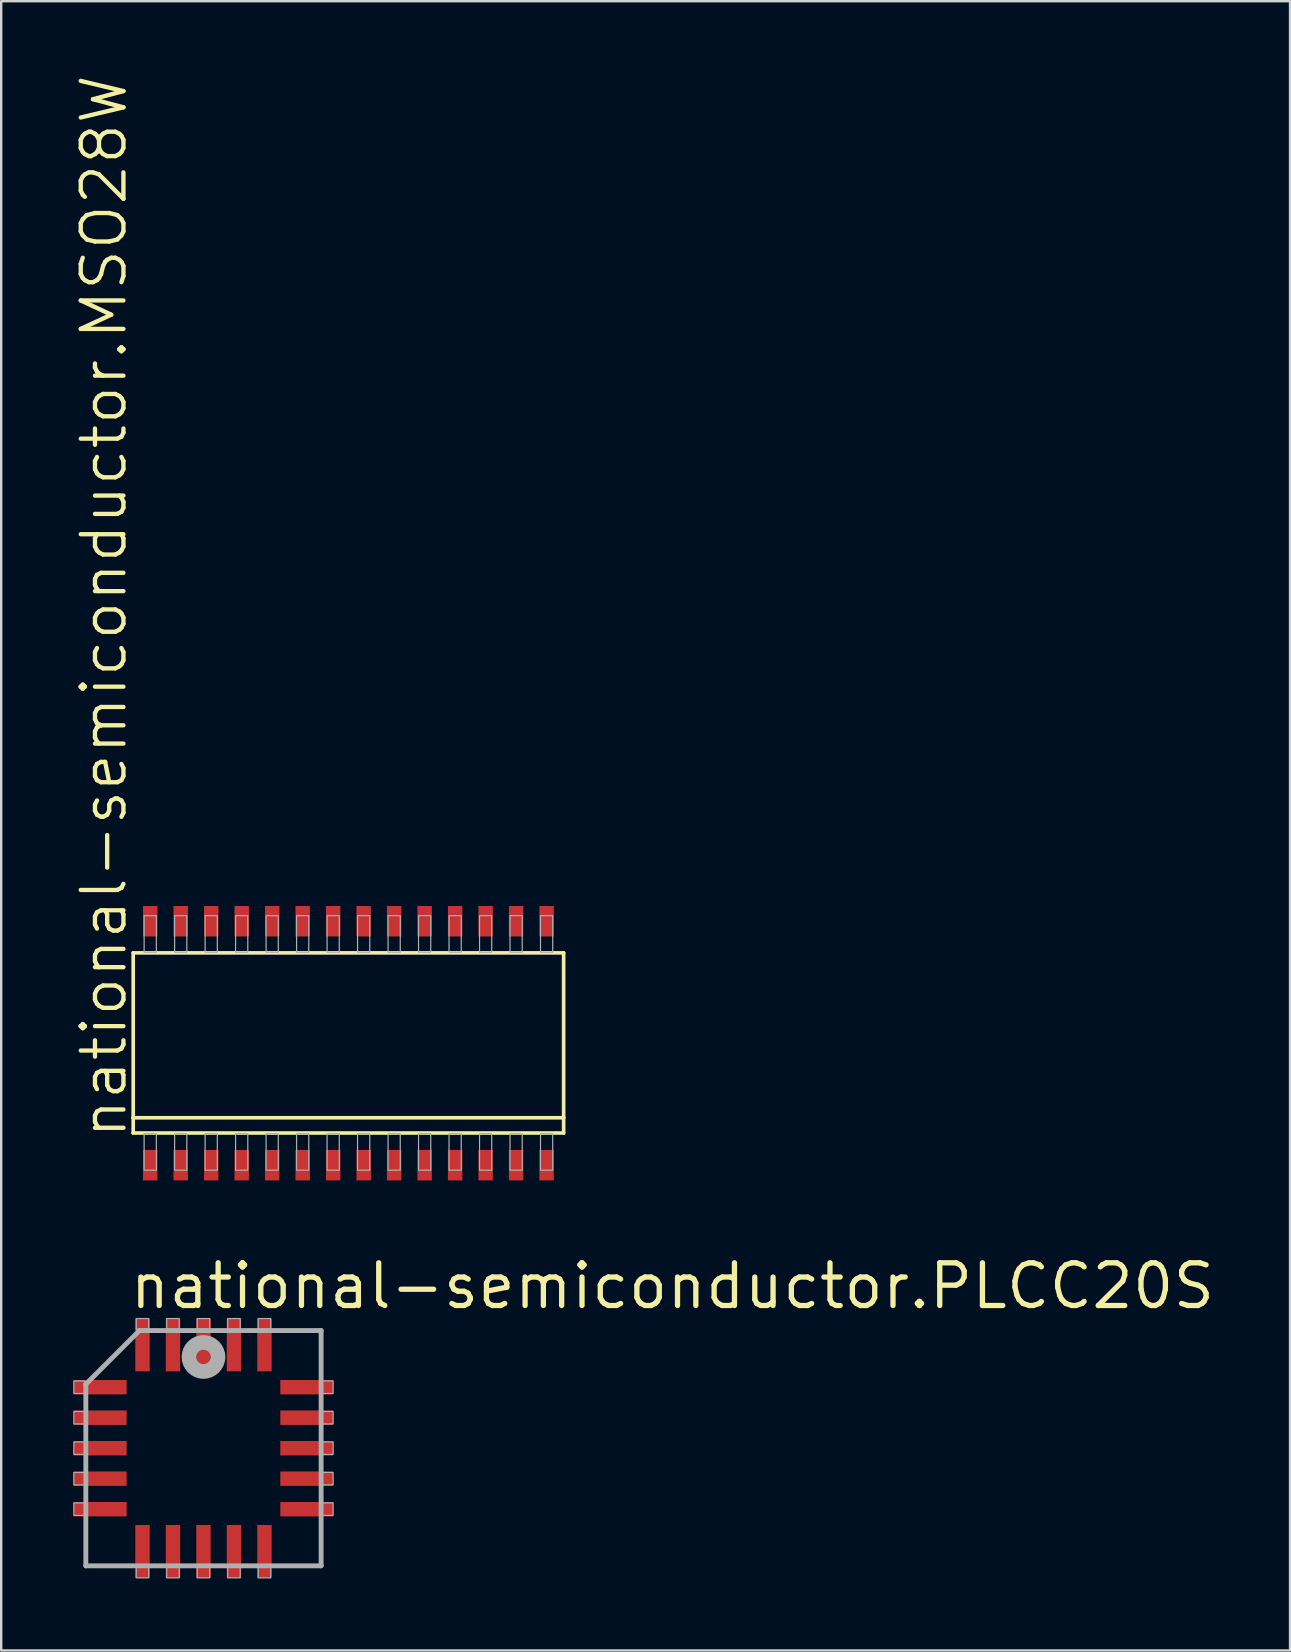
<source format=kicad_pcb>
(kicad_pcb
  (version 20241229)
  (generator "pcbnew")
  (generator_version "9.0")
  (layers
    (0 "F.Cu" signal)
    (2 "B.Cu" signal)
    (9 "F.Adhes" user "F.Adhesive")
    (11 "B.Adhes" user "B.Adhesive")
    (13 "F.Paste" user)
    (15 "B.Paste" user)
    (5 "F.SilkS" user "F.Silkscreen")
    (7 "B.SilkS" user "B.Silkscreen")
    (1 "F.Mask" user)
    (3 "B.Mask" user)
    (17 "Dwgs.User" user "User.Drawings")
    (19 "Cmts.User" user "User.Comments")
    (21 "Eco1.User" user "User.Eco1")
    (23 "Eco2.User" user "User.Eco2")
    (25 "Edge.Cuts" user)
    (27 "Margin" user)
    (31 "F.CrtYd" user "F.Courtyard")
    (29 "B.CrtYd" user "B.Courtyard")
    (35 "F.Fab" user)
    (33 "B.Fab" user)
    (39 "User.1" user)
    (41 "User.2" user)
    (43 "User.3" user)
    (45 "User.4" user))
  (footprint "national-semiconductor.MSO28W"
    (layer "F.Cu")
    (at 11.462 40.401)
    (property "Reference" "national-semiconductor.MSO28W" (at -9.144 4.064 90) (layer "F.SilkS") (effects (font (size 1.778 1.778) (thickness 0.18)) (justify left bottom)))
    (attr smd)
    (fp_line (start -8.964 -3.763) (end -8.964 3.105) (stroke (width 0.152) (type default)) (layer "F.SilkS"))
    (fp_line (start -8.964 3.105) (end -8.964 3.74) (stroke (width 0.152) (type default)) (layer "F.SilkS"))
    (fp_line (start -8.964 3.105) (end 8.964 3.105) (stroke (width 0.152) (type default)) (layer "F.SilkS"))
    (fp_line (start -8.964 3.74) (end 8.964 3.74) (stroke (width 0.152) (type default)) (layer "F.SilkS"))
    (fp_line (start 8.964 -3.763) (end -8.964 -3.763) (stroke (width 0.152) (type default)) (layer "F.SilkS"))
    (fp_line (start 8.964 3.105) (end 8.964 -3.763) (stroke (width 0.152) (type default)) (layer "F.SilkS"))
    (fp_line (start 8.964 3.74) (end 8.964 3.105) (stroke (width 0.152) (type default)) (layer "F.SilkS"))
    (fp_rect (start -8.509 -3.789) (end -8.001 -5.313) (stroke (width 0.05) (type default)) (fill no) (layer "F.Fab"))
    (fp_rect (start -8.509 5.29) (end -8.001 3.766) (stroke (width 0.05) (type default)) (fill no) (layer "F.Fab"))
    (fp_rect (start -7.239 -3.789) (end -6.731 -5.313) (stroke (width 0.05) (type default)) (fill no) (layer "F.Fab"))
    (fp_rect (start -7.239 5.29) (end -6.731 3.766) (stroke (width 0.05) (type default)) (fill no) (layer "F.Fab"))
    (fp_rect (start -5.969 -3.789) (end -5.461 -5.313) (stroke (width 0.05) (type default)) (fill no) (layer "F.Fab"))
    (fp_rect (start -5.969 5.29) (end -5.461 3.766) (stroke (width 0.05) (type default)) (fill no) (layer "F.Fab"))
    (fp_rect (start -4.699 -3.789) (end -4.191 -5.313) (stroke (width 0.05) (type default)) (fill no) (layer "F.Fab"))
    (fp_rect (start -4.699 5.29) (end -4.191 3.766) (stroke (width 0.05) (type default)) (fill no) (layer "F.Fab"))
    (fp_rect (start -3.429 -3.789) (end -2.921 -5.313) (stroke (width 0.05) (type default)) (fill no) (layer "F.Fab"))
    (fp_rect (start -3.429 5.29) (end -2.921 3.766) (stroke (width 0.05) (type default)) (fill no) (layer "F.Fab"))
    (fp_rect (start -2.159 -3.789) (end -1.651 -5.313) (stroke (width 0.05) (type default)) (fill no) (layer "F.Fab"))
    (fp_rect (start -2.159 5.29) (end -1.651 3.766) (stroke (width 0.05) (type default)) (fill no) (layer "F.Fab"))
    (fp_rect (start -0.889 -3.789) (end -0.381 -5.313) (stroke (width 0.05) (type default)) (fill no) (layer "F.Fab"))
    (fp_rect (start -0.889 5.29) (end -0.381 3.766) (stroke (width 0.05) (type default)) (fill no) (layer "F.Fab"))
    (fp_rect (start 0.381 -3.789) (end 0.889 -5.313) (stroke (width 0.05) (type default)) (fill no) (layer "F.Fab"))
    (fp_rect (start 0.381 5.29) (end 0.889 3.766) (stroke (width 0.05) (type default)) (fill no) (layer "F.Fab"))
    (fp_rect (start 1.651 -3.789) (end 2.159 -5.313) (stroke (width 0.05) (type default)) (fill no) (layer "F.Fab"))
    (fp_rect (start 1.651 5.29) (end 2.159 3.766) (stroke (width 0.05) (type default)) (fill no) (layer "F.Fab"))
    (fp_rect (start 2.921 -3.789) (end 3.429 -5.313) (stroke (width 0.05) (type default)) (fill no) (layer "F.Fab"))
    (fp_rect (start 2.921 5.29) (end 3.429 3.766) (stroke (width 0.05) (type default)) (fill no) (layer "F.Fab"))
    (fp_rect (start 4.191 -3.789) (end 4.699 -5.313) (stroke (width 0.05) (type default)) (fill no) (layer "F.Fab"))
    (fp_rect (start 4.191 5.29) (end 4.699 3.766) (stroke (width 0.05) (type default)) (fill no) (layer "F.Fab"))
    (fp_rect (start 5.461 -3.789) (end 5.969 -5.313) (stroke (width 0.05) (type default)) (fill no) (layer "F.Fab"))
    (fp_rect (start 5.461 5.29) (end 5.969 3.766) (stroke (width 0.05) (type default)) (fill no) (layer "F.Fab"))
    (fp_rect (start 6.731 -3.789) (end 7.239 -5.313) (stroke (width 0.05) (type default)) (fill no) (layer "F.Fab"))
    (fp_rect (start 6.731 5.29) (end 7.239 3.766) (stroke (width 0.05) (type default)) (fill no) (layer "F.Fab"))
    (fp_rect (start 8.001 -3.789) (end 8.509 -5.313) (stroke (width 0.05) (type default)) (fill no) (layer "F.Fab"))
    (fp_rect (start 8.001 5.29) (end 8.509 3.766) (stroke (width 0.05) (type default)) (fill no) (layer "F.Fab"))
    (pad "1" smd roundrect (at -8.255 5.08) (size 0.6 1.27) (layers "F.Cu" "F.Mask" "F.Paste") (roundrect_rratio 0.01))
    (pad "2" smd roundrect (at -6.985 5.08) (size 0.6 1.27) (layers "F.Cu" "F.Mask" "F.Paste") (roundrect_rratio 0.01))
    (pad "3" smd roundrect (at -5.715 5.08) (size 0.6 1.27) (layers "F.Cu" "F.Mask" "F.Paste") (roundrect_rratio 0.01))
    (pad "4" smd roundrect (at -4.445 5.08) (size 0.6 1.27) (layers "F.Cu" "F.Mask" "F.Paste") (roundrect_rratio 0.01))
    (pad "5" smd roundrect (at -3.175 5.08) (size 0.6 1.27) (layers "F.Cu" "F.Mask" "F.Paste") (roundrect_rratio 0.01))
    (pad "6" smd roundrect (at -1.905 5.08) (size 0.6 1.27) (layers "F.Cu" "F.Mask" "F.Paste") (roundrect_rratio 0.01))
    (pad "7" smd roundrect (at -0.635 5.08) (size 0.6 1.27) (layers "F.Cu" "F.Mask" "F.Paste") (roundrect_rratio 0.01))
    (pad "8" smd roundrect (at 0.635 5.08) (size 0.6 1.27) (layers "F.Cu" "F.Mask" "F.Paste") (roundrect_rratio 0.01))
    (pad "9" smd roundrect (at 1.905 5.08) (size 0.6 1.27) (layers "F.Cu" "F.Mask" "F.Paste") (roundrect_rratio 0.01))
    (pad "10" smd roundrect (at 3.175 5.08) (size 0.6 1.27) (layers "F.Cu" "F.Mask" "F.Paste") (roundrect_rratio 0.01))
    (pad "11" smd roundrect (at 4.445 5.08) (size 0.6 1.27) (layers "F.Cu" "F.Mask" "F.Paste") (roundrect_rratio 0.01))
    (pad "12" smd roundrect (at 5.715 5.08) (size 0.6 1.27) (layers "F.Cu" "F.Mask" "F.Paste") (roundrect_rratio 0.01))
    (pad "13" smd roundrect (at 6.985 5.08) (size 0.6 1.27) (layers "F.Cu" "F.Mask" "F.Paste") (roundrect_rratio 0.01))
    (pad "14" smd roundrect (at 8.255 5.08) (size 0.6 1.27) (layers "F.Cu" "F.Mask" "F.Paste") (roundrect_rratio 0.01))
    (pad "15" smd roundrect (at 8.255 -5.08) (size 0.6 1.27) (layers "F.Cu" "F.Mask" "F.Paste") (roundrect_rratio 0.01))
    (pad "16" smd roundrect (at 6.985 -5.08) (size 0.6 1.27) (layers "F.Cu" "F.Mask" "F.Paste") (roundrect_rratio 0.01))
    (pad "17" smd roundrect (at 5.715 -5.08) (size 0.6 1.27) (layers "F.Cu" "F.Mask" "F.Paste") (roundrect_rratio 0.01))
    (pad "18" smd roundrect (at 4.445 -5.08) (size 0.6 1.27) (layers "F.Cu" "F.Mask" "F.Paste") (roundrect_rratio 0.01))
    (pad "19" smd roundrect (at 3.175 -5.08) (size 0.6 1.27) (layers "F.Cu" "F.Mask" "F.Paste") (roundrect_rratio 0.01))
    (pad "20" smd roundrect (at 1.905 -5.08) (size 0.6 1.27) (layers "F.Cu" "F.Mask" "F.Paste") (roundrect_rratio 0.01))
    (pad "21" smd roundrect (at 0.635 -5.08) (size 0.6 1.27) (layers "F.Cu" "F.Mask" "F.Paste") (roundrect_rratio 0.01))
    (pad "22" smd roundrect (at -0.635 -5.08) (size 0.6 1.27) (layers "F.Cu" "F.Mask" "F.Paste") (roundrect_rratio 0.01))
    (pad "23" smd roundrect (at -1.905 -5.08) (size 0.6 1.27) (layers "F.Cu" "F.Mask" "F.Paste") (roundrect_rratio 0.01))
    (pad "24" smd roundrect (at -3.175 -5.08) (size 0.6 1.27) (layers "F.Cu" "F.Mask" "F.Paste") (roundrect_rratio 0.01))
    (pad "25" smd roundrect (at -4.445 -5.08) (size 0.6 1.27) (layers "F.Cu" "F.Mask" "F.Paste") (roundrect_rratio 0.01))
    (pad "26" smd roundrect (at -5.715 -5.08) (size 0.6 1.27) (layers "F.Cu" "F.Mask" "F.Paste") (roundrect_rratio 0.01))
    (pad "27" smd roundrect (at -6.985 -5.08) (size 0.6 1.27) (layers "F.Cu" "F.Mask" "F.Paste") (roundrect_rratio 0.01))
    (pad "28" smd roundrect (at -8.255 -5.08) (size 0.6 1.27) (layers "F.Cu" "F.Mask" "F.Paste") (roundrect_rratio 0.01)))
  (footprint "national-semiconductor.PLCC20S"
    (layer "F.Cu")
    (at 5.425 57.269)
    (property "Reference" "national-semiconductor.PLCC20S" (at -3.175 -5.715 0) (layer "F.SilkS") (effects (font (size 1.778 1.778) (thickness 0.22)) (justify left bottom)))
    (attr smd)
    (fp_line (start -4.9 -2.665) (end -4.9 4.9) (stroke (width 0.203) (type default)) (layer "F.Fab"))
    (fp_line (start -4.9 4.9) (end 4.9 4.9) (stroke (width 0.203) (type default)) (layer "F.Fab"))
    (fp_line (start -2.665 -4.9) (end -4.9 -2.665) (stroke (width 0.203) (type default)) (layer "F.Fab"))
    (fp_line (start 4.9 -4.9) (end -2.665 -4.9) (stroke (width 0.203) (type default)) (layer "F.Fab"))
    (fp_line (start 4.9 4.9) (end 4.9 -4.9) (stroke (width 0.203) (type default)) (layer "F.Fab"))
    (fp_rect (start -5.4 -2.28) (end -4.95 -2.8) (stroke (width 0.05) (type default)) (fill no) (layer "F.Fab"))
    (fp_rect (start -5.4 -1.01) (end -4.95 -1.53) (stroke (width 0.05) (type default)) (fill no) (layer "F.Fab"))
    (fp_rect (start -5.4 0.26) (end -4.95 -0.26) (stroke (width 0.05) (type default)) (fill no) (layer "F.Fab"))
    (fp_rect (start -5.4 1.53) (end -4.95 1.01) (stroke (width 0.05) (type default)) (fill no) (layer "F.Fab"))
    (fp_rect (start -5.4 2.8) (end -4.95 2.28) (stroke (width 0.05) (type default)) (fill no) (layer "F.Fab"))
    (fp_rect (start -2.8 -4.95) (end -2.28 -5.4) (stroke (width 0.05) (type default)) (fill no) (layer "F.Fab"))
    (fp_rect (start -2.8 5.4) (end -2.28 4.95) (stroke (width 0.05) (type default)) (fill no) (layer "F.Fab"))
    (fp_rect (start -1.53 -4.95) (end -1.01 -5.4) (stroke (width 0.05) (type default)) (fill no) (layer "F.Fab"))
    (fp_rect (start -1.53 5.4) (end -1.01 4.95) (stroke (width 0.05) (type default)) (fill no) (layer "F.Fab"))
    (fp_rect (start -0.26 -4.95) (end 0.26 -5.4) (stroke (width 0.05) (type default)) (fill no) (layer "F.Fab"))
    (fp_rect (start -0.26 5.4) (end 0.26 4.95) (stroke (width 0.05) (type default)) (fill no) (layer "F.Fab"))
    (fp_rect (start 1.01 -4.95) (end 1.53 -5.4) (stroke (width 0.05) (type default)) (fill no) (layer "F.Fab"))
    (fp_rect (start 1.01 5.4) (end 1.53 4.95) (stroke (width 0.05) (type default)) (fill no) (layer "F.Fab"))
    (fp_rect (start 2.28 -4.95) (end 2.8 -5.4) (stroke (width 0.05) (type default)) (fill no) (layer "F.Fab"))
    (fp_rect (start 2.28 5.4) (end 2.8 4.95) (stroke (width 0.05) (type default)) (fill no) (layer "F.Fab"))
    (fp_rect (start 4.95 -2.28) (end 5.4 -2.8) (stroke (width 0.05) (type default)) (fill no) (layer "F.Fab"))
    (fp_rect (start 4.95 -1.01) (end 5.4 -1.53) (stroke (width 0.05) (type default)) (fill no) (layer "F.Fab"))
    (fp_rect (start 4.95 0.26) (end 5.4 -0.26) (stroke (width 0.05) (type default)) (fill no) (layer "F.Fab"))
    (fp_rect (start 4.95 1.53) (end 5.4 1.01) (stroke (width 0.05) (type default)) (fill no) (layer "F.Fab"))
    (fp_rect (start 4.95 2.8) (end 5.4 2.28) (stroke (width 0.05) (type default)) (fill no) (layer "F.Fab"))
    (fp_circle (center 0 -3.8) (end 0.3 -3.8) (stroke (width 0.61) (type default)) (fill no) (layer "F.Fab"))
    (pad "1" smd roundrect (at 0 -4.3) (size 0.6 2.2) (layers "F.Cu" "F.Mask" "F.Paste") (roundrect_rratio 0.01))
    (pad "2" smd roundrect (at -1.27 -4.3) (size 0.6 2.2) (layers "F.Cu" "F.Mask" "F.Paste") (roundrect_rratio 0.01))
    (pad "3" smd roundrect (at -2.54 -4.3) (size 0.6 2.2) (layers "F.Cu" "F.Mask" "F.Paste") (roundrect_rratio 0.01))
    (pad "4" smd roundrect (at -4.3 -2.54) (size 2.2 0.6) (layers "F.Cu" "F.Mask" "F.Paste") (roundrect_rratio 0.01))
    (pad "5" smd roundrect (at -4.3 -1.27) (size 2.2 0.6) (layers "F.Cu" "F.Mask" "F.Paste") (roundrect_rratio 0.01))
    (pad "6" smd roundrect (at -4.3 0) (size 2.2 0.6) (layers "F.Cu" "F.Mask" "F.Paste") (roundrect_rratio 0.01))
    (pad "7" smd roundrect (at -4.3 1.27) (size 2.2 0.6) (layers "F.Cu" "F.Mask" "F.Paste") (roundrect_rratio 0.01))
    (pad "8" smd roundrect (at -4.3 2.54) (size 2.2 0.6) (layers "F.Cu" "F.Mask" "F.Paste") (roundrect_rratio 0.01))
    (pad "9" smd roundrect (at -2.54 4.3) (size 0.6 2.2) (layers "F.Cu" "F.Mask" "F.Paste") (roundrect_rratio 0.01))
    (pad "10" smd roundrect (at -1.27 4.3) (size 0.6 2.2) (layers "F.Cu" "F.Mask" "F.Paste") (roundrect_rratio 0.01))
    (pad "11" smd roundrect (at 0 4.3) (size 0.6 2.2) (layers "F.Cu" "F.Mask" "F.Paste") (roundrect_rratio 0.01))
    (pad "12" smd roundrect (at 1.27 4.3) (size 0.6 2.2) (layers "F.Cu" "F.Mask" "F.Paste") (roundrect_rratio 0.01))
    (pad "13" smd roundrect (at 2.54 4.3) (size 0.6 2.2) (layers "F.Cu" "F.Mask" "F.Paste") (roundrect_rratio 0.01))
    (pad "14" smd roundrect (at 4.3 2.54) (size 2.2 0.6) (layers "F.Cu" "F.Mask" "F.Paste") (roundrect_rratio 0.01))
    (pad "15" smd roundrect (at 4.3 1.27) (size 2.2 0.6) (layers "F.Cu" "F.Mask" "F.Paste") (roundrect_rratio 0.01))
    (pad "16" smd roundrect (at 4.3 0) (size 2.2 0.6) (layers "F.Cu" "F.Mask" "F.Paste") (roundrect_rratio 0.01))
    (pad "17" smd roundrect (at 4.3 -1.27) (size 2.2 0.6) (layers "F.Cu" "F.Mask" "F.Paste") (roundrect_rratio 0.01))
    (pad "18" smd roundrect (at 4.3 -2.54) (size 2.2 0.6) (layers "F.Cu" "F.Mask" "F.Paste") (roundrect_rratio 0.01))
    (pad "19" smd roundrect (at 2.54 -4.3) (size 0.6 2.2) (layers "F.Cu" "F.Mask" "F.Paste") (roundrect_rratio 0.01))
    (pad "20" smd roundrect (at 1.27 -4.3) (size 0.6 2.2) (layers "F.Cu" "F.Mask" "F.Paste") (roundrect_rratio 0.01)))
  (gr_rect
    (start -3 -3)
    (end 50.682 65.694)
    (stroke (width 0.1) (type default))
    (fill no)
    (layer "Edge.Cuts")))
</source>
